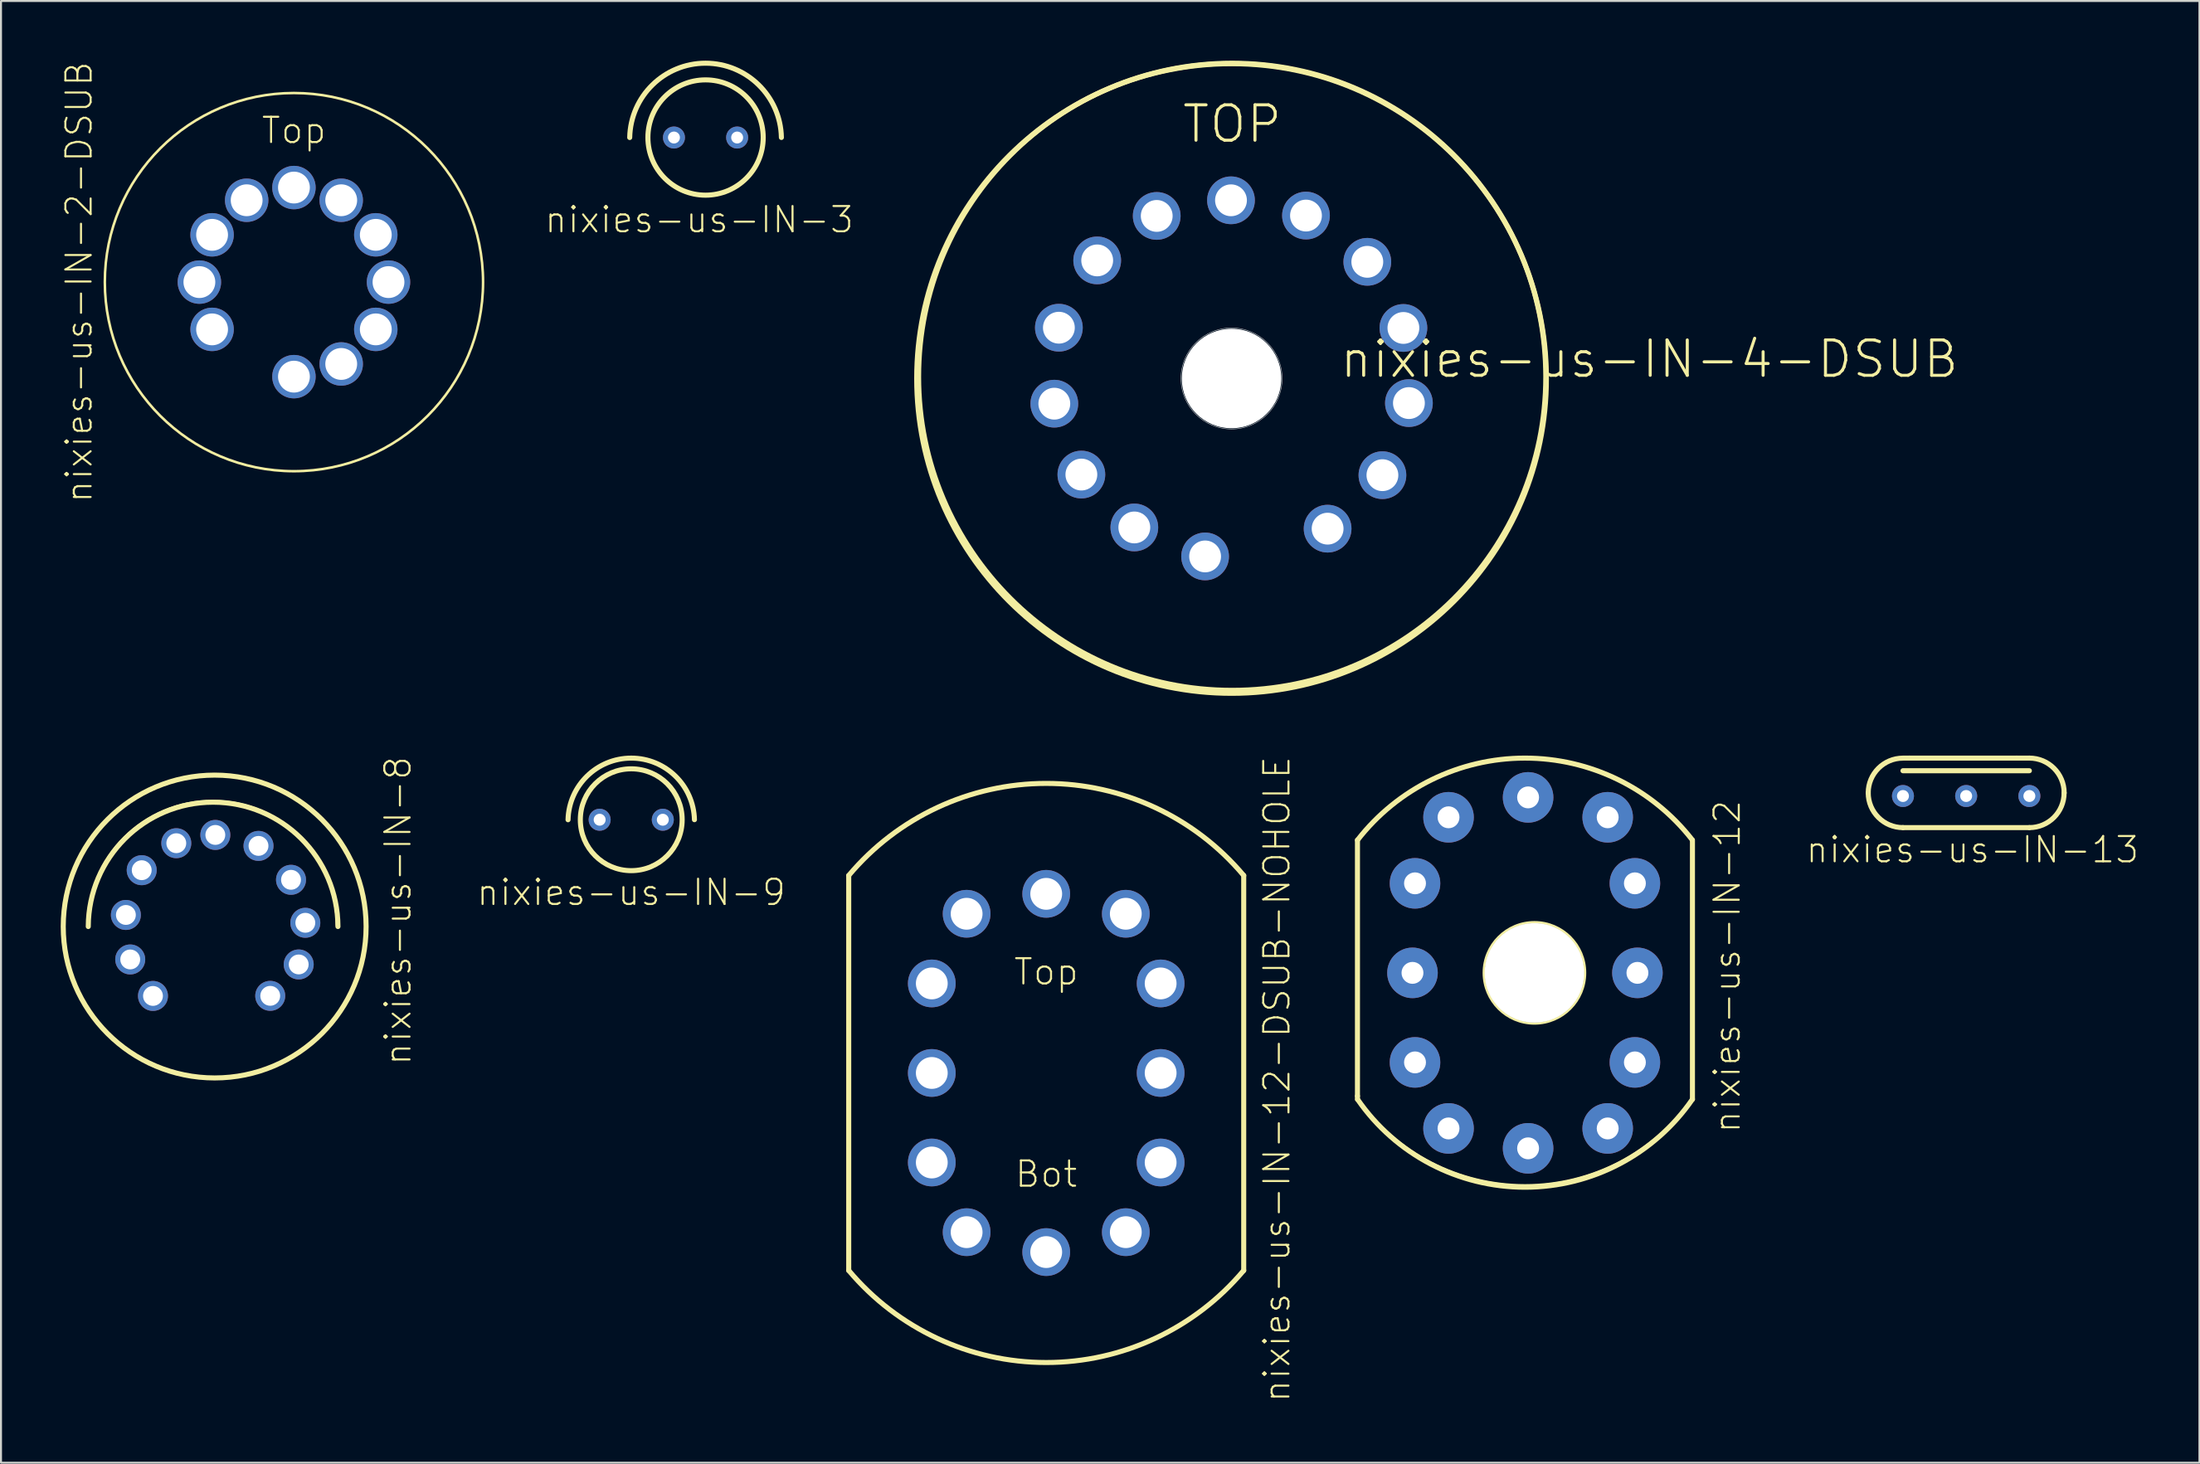
<source format=kicad_pcb>
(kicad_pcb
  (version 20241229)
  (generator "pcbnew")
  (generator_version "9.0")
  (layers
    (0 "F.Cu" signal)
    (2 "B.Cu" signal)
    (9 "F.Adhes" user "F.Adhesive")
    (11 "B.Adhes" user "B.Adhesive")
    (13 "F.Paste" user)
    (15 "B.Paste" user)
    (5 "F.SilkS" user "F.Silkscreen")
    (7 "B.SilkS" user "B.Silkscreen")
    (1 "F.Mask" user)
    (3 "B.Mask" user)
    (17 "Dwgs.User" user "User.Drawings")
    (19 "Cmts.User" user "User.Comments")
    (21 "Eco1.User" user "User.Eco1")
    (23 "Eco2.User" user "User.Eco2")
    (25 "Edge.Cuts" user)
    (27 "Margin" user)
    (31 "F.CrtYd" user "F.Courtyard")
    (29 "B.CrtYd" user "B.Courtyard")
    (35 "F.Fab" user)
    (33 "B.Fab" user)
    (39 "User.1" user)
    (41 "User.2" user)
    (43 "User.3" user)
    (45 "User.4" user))
  (footprint "nixies-us-IN-12"
    (layer "F.Cu")
    (at 74.031 45.827)
    (property "Reference" "nixies-us-IN-12" (at 9.682 -0.318 90) (layer "F.SilkS") (effects (font (size 1.27 1.27) (thickness 0.102))))
    (attr exclude_from_pos_files exclude_from_bom)
    (fp_line (start -8.89 6.19) (end -8.89 -6.668) (stroke (width 0.254) (type solid)) (layer "F.SilkS"))
    (fp_line (start -8.89 6.19) (end -8.89 6.35) (stroke (width 0.254) (type solid)) (layer "F.SilkS"))
    (fp_line (start 7.938 -6.668) (end 7.938 6.35) (stroke (width 0.254) (type solid)) (layer "F.SilkS"))
    (fp_arc (start -8.89 -6.6675) (mid -0.483925 -10.789801) (end 7.929063 -6.681627) (stroke (width 0.254) (type solid)) (layer "F.SilkS"))
    (fp_arc (start -8.89 -6.6675) (mid -0.483112 -10.757563) (end 7.929982 -6.680281) (stroke (width 0.127) (type solid)) (layer "F.SilkS"))
    (fp_arc (start 7.9375 6.35) (mid -0.475414 10.677846) (end -8.887964 6.349294) (stroke (width 0.127) (type solid)) (layer "F.SilkS"))
    (fp_arc (start 7.9375 6.35) (mid -0.469135 10.76972) (end -8.880822 6.359623) (stroke (width 0.254) (type solid)) (layer "F.SilkS"))
    (fp_circle (center 0 0) (end 0 -2.54) (stroke (width 0.127) (type solid)) (fill no) (layer "F.SilkS"))
    (pad "" np_thru_hole circle (at 0 0) (size 4.999 4.999) (drill 4.999) (layers "*.Cu" "*.Mask"))
    (pad "0" thru_hole circle (at 5.047 4.498) (size 2.54 2.54) (drill 1.1) (layers "*.Cu" "*.Mask"))
    (pad "1" thru_hole circle (at -4.315 7.816) (size 2.54 2.54) (drill 1.1) (layers "*.Cu" "*.Mask"))
    (pad "2" thru_hole circle (at -5.999 4.498) (size 2.54 2.54) (drill 1.1) (layers "*.Cu" "*.Mask"))
    (pad "3" thru_hole circle (at -6.126 0) (size 2.54 2.54) (drill 1.1) (layers "*.Cu" "*.Mask"))
    (pad "4" thru_hole circle (at -5.999 -4.498) (size 2.54 2.54) (drill 1.1) (layers "*.Cu" "*.Mask"))
    (pad "5" thru_hole circle (at -4.315 -7.816) (size 2.54 2.54) (drill 1.1) (layers "*.Cu" "*.Mask"))
    (pad "6" thru_hole circle (at -0.318 -8.816) (size 2.54 2.54) (drill 1.1) (layers "*.Cu" "*.Mask"))
    (pad "7" thru_hole circle (at 3.68 -7.816) (size 2.54 2.54) (drill 1.1) (layers "*.Cu" "*.Mask"))
    (pad "8" thru_hole circle (at 5.047 -4.498) (size 2.54 2.54) (drill 1.1) (layers "*.Cu" "*.Mask"))
    (pad "9" thru_hole circle (at 5.174 0) (size 2.54 2.54) (drill 1.1) (layers "*.Cu" "*.Mask"))
    (pad "A" thru_hole circle (at 3.68 7.816) (size 2.54 2.54) (drill 1.1) (layers "*.Cu" "*.Mask"))
    (pad "LHDP" thru_hole circle (at -0.318 8.816) (size 2.54 2.54) (drill 1.1) (layers "*.Cu" "*.Mask")))
  (footprint "nixies-us-IN-4-DSUB"
    (layer "F.Cu")
    (at 58.849 15.88)
    (property "Reference" "nixies-us-IN-4-DSUB" (at 20.955 -0.889 0) (layer "F.SilkS") (effects (font (size 1.778 1.778) (thickness 0.152))))
    (attr exclude_from_pos_files exclude_from_bom)
    (fp_circle (center 0 0) (end 0 -2.54) (stroke (width 0.025) (type solid)) (fill no) (layer "F.Mask"))
    (fp_circle (center 0 0) (end 0 -1.27) (stroke (width 2.54) (type solid)) (fill no) (layer "F.Mask"))
    (fp_circle (center 0 0) (end 0 -1.27) (stroke (width 2.54) (type solid)) (fill no) (layer "B.Mask"))
    (fp_circle (center -0.033 0.086) (end -0.033 -15.73) (stroke (width 0.254) (type solid)) (fill no) (layer "F.SilkS"))
    (fp_circle (center 0 0) (end 0 -15.753) (stroke (width 0.254) (type solid)) (fill no) (layer "F.SilkS"))
    (fp_circle (center -0.033 0.086) (end -0.033 -2.454) (stroke (width 0.025) (type solid)) (fill no) (layer "Dwgs.User"))
    (fp_text user "TOP" (at 0 -12.7 0) (layer "F.SilkS") (effects (font (size 1.778 1.778) (thickness 0.152))))
    (pad "" np_thru_hole circle (at -0.033 0.086) (size 4.999 4.999) (drill 4.999) (layers "*.Cu" "*.Mask"))
    (pad "0" thru_hole circle (at -3.792 -8.082) (size 2.398 2.398) (drill 1.598) (layers "*.Cu" "*.Mask"))
    (pad "1" thru_hole circle (at -1.361 9.025) (size 2.398 2.398) (drill 1.598) (layers "*.Cu" "*.Mask"))
    (pad "2" thru_hole circle (at -6.782 -5.847) (size 2.398 2.398) (drill 1.598) (layers "*.Cu" "*.Mask"))
    (pad "3" thru_hole circle (at -8.936 1.351) (size 2.398 2.398) (drill 1.598) (layers "*.Cu" "*.Mask"))
    (pad "4" thru_hole circle (at 4.793 7.63) (size 2.398 2.398) (drill 1.598) (layers "*.Cu" "*.Mask"))
    (pad "5" thru_hole circle (at -7.577 4.912) (size 2.398 2.398) (drill 1.598) (layers "*.Cu" "*.Mask"))
    (pad "6" thru_hole circle (at 7.546 4.943) (size 2.398 2.398) (drill 1.598) (layers "*.Cu" "*.Mask"))
    (pad "7" thru_hole circle (at 3.706 -8.1) (size 2.398 2.398) (drill 1.598) (layers "*.Cu" "*.Mask"))
    (pad "8" thru_hole circle (at 8.877 1.321) (size 2.398 2.398) (drill 1.598) (layers "*.Cu" "*.Mask"))
    (pad "9" thru_hole circle (at 6.787 -5.776) (size 2.398 2.398) (drill 1.598) (layers "*.Cu" "*.Mask"))
    (pad "A1" thru_hole circle (at -4.917 7.569) (size 2.398 2.398) (drill 1.598) (layers "*.Cu" "*.Mask"))
    (pad "A2" thru_hole circle (at -8.707 -2.466) (size 2.398 2.398) (drill 1.598) (layers "*.Cu" "*.Mask"))
    (pad "A3" thru_hole circle (at 8.6 -2.454) (size 2.398 2.398) (drill 1.598) (layers "*.Cu" "*.Mask"))
    (pad "N/C" thru_hole circle (at -0.061 -8.867) (size 2.398 2.398) (drill 1.598) (layers "*.Cu" "*.Mask")))
  (footprint "nixies-us-IN-9"
    (layer "F.Cu")
    (at 28.66 38.134)
    (property "Reference" "nixies-us-IN-9" (at 0 3.65 0) (layer "F.SilkS") (effects (font (size 1.27 1.27) (thickness 0.102))))
    (attr exclude_from_pos_files exclude_from_bom)
    (fp_arc (start -3.175 0) (mid -0.001627 -3.097236) (end 3.174918 -0.003253) (stroke (width 0.254) (type solid)) (layer "F.SilkS"))
    (fp_circle (center 0 0) (end 0 -2.558) (stroke (width 0.254) (type solid)) (fill no) (layer "F.SilkS"))
    (pad "A" thru_hole circle (at -1.587 0) (size 1.107 1.107) (drill 0.599) (layers "*.Cu" "*.Mask"))
    (pad "K" thru_hole circle (at 1.585 0) (size 1.107 1.107) (drill 0.599) (layers "*.Cu" "*.Mask")))
  (footprint "nixies-us-IN-2-DSUB"
    (layer "F.Cu")
    (at 11.716 11.123)
    (property "Reference" "nixies-us-IN-2-DSUB" (at -10.795 0 270) (layer "F.SilkS") (effects (font (size 1.27 1.27) (thickness 0.102))))
    (attr exclude_from_pos_files exclude_from_bom)
    (fp_circle (center 0 0) (end 0 -9.5) (stroke (width 0.127) (type solid)) (fill no) (layer "F.SilkS"))
    (fp_text user "Top" (at 0 -7.62 0) (layer "F.SilkS") (effects (font (size 1.27 1.27) (thickness 0.102))))
    (pad "0" thru_hole circle (at -4.75 0) (size 2.182 2.182) (drill 1.598) (layers "*.Cu" "*.Mask"))
    (pad "1" thru_hole circle (at 0 4.75) (size 2.182 2.182) (drill 1.598) (layers "*.Cu" "*.Mask"))
    (pad "2" thru_hole circle (at 2.375 4.112) (size 2.182 2.182) (drill 1.598) (layers "*.Cu" "*.Mask"))
    (pad "3" thru_hole circle (at 4.112 2.375) (size 2.182 2.182) (drill 1.598) (layers "*.Cu" "*.Mask"))
    (pad "4" thru_hole circle (at 4.75 0) (size 2.182 2.182) (drill 1.598) (layers "*.Cu" "*.Mask"))
    (pad "5" thru_hole circle (at 4.112 -2.375) (size 2.182 2.182) (drill 1.598) (layers "*.Cu" "*.Mask"))
    (pad "6" thru_hole circle (at 2.375 -4.112) (size 2.182 2.182) (drill 1.598) (layers "*.Cu" "*.Mask"))
    (pad "7" thru_hole circle (at 0 -4.75) (size 2.182 2.182) (drill 1.598) (layers "*.Cu" "*.Mask"))
    (pad "8" thru_hole circle (at -2.375 -4.112) (size 2.182 2.182) (drill 1.598) (layers "*.Cu" "*.Mask"))
    (pad "9" thru_hole circle (at -4.112 -2.375) (size 2.182 2.182) (drill 1.598) (layers "*.Cu" "*.Mask"))
    (pad "A" thru_hole circle (at -4.112 2.375) (size 2.182 2.182) (drill 1.598) (layers "*.Cu" "*.Mask")))
  (footprint "nixies-us-IN-13"
    (layer "F.Cu")
    (at 92.544 36.942)
    (property "Reference" "nixies-us-IN-13" (at 3.493 2.697 0) (layer "F.SilkS") (effects (font (size 1.27 1.27) (thickness 0.102))))
    (attr exclude_from_pos_files exclude_from_bom)
    (fp_line (start 0 -1.27) (end 6.35 -1.27) (stroke (width 0.254) (type solid)) (layer "F.SilkS"))
    (fp_line (start 0 1.587) (end 6.35 1.587) (stroke (width 0.254) (type solid)) (layer "F.SilkS"))
    (fp_line (start 0.318 -1.905) (end 0 -1.905) (stroke (width 0.127) (type solid)) (layer "F.SilkS"))
    (fp_line (start 0.318 -1.905) (end 0 -1.905) (stroke (width 0.254) (type solid)) (layer "F.SilkS"))
    (fp_line (start 5.715 -1.905) (end 0.318 -1.905) (stroke (width 0.254) (type solid)) (layer "F.SilkS"))
    (fp_line (start 6.35 -1.905) (end 5.715 -1.905) (stroke (width 0.127) (type solid)) (layer "F.SilkS"))
    (fp_line (start 6.35 -1.905) (end 5.715 -1.905) (stroke (width 0.254) (type solid)) (layer "F.SilkS"))
    (fp_arc (start -1.74498 -0.15748) (mid -1.233887 -1.391367) (end 0 -1.90246) (stroke (width 0.254) (type solid)) (layer "F.SilkS"))
    (fp_arc (start 0 1.5875) (mid -1.233887 1.076407) (end -1.74498 -0.15748) (stroke (width 0.254) (type solid)) (layer "F.SilkS"))
    (fp_arc (start 0 1.5875) (mid -1.74498 -0.15748) (end 0 -1.90246) (stroke (width 0.127) (type solid)) (layer "F.SilkS"))
    (fp_arc (start 6.35 -1.905) (mid 8.09752 -0.15748) (end 6.35 1.59004) (stroke (width 0.127) (type solid)) (layer "F.SilkS"))
    (fp_arc (start 6.35 -1.905) (mid 7.585683 -1.393163) (end 8.09752 -0.15748) (stroke (width 0.254) (type solid)) (layer "F.SilkS"))
    (fp_arc (start 8.09498 -0.15748) (mid 7.583887 1.076407) (end 6.35 1.5875) (stroke (width 0.254) (type solid)) (layer "F.SilkS"))
    (pad "A" thru_hole circle (at 0 0) (size 1.107 1.107) (drill 0.599) (layers "*.Cu" "*.Mask"))
    (pad "K" thru_hole circle (at 3.175 0) (size 1.107 1.107) (drill 0.599) (layers "*.Cu" "*.Mask"))
    (pad "K2" thru_hole circle (at 6.35 0) (size 1.107 1.107) (drill 0.599) (layers "*.Cu" "*.Mask")))
  (footprint "nixies-us-IN-8"
    (layer "F.Cu")
    (at 7.734 43.499)
    (property "Reference" "nixies-us-IN-8" (at 9.207 -0.792 90) (layer "F.SilkS") (effects (font (size 1.27 1.27) (thickness 0.102))))
    (attr exclude_from_pos_files exclude_from_bom)
    (fp_arc (start -6.35762 -0.08636) (mid -0.094355 -6.319533) (end 6.144282 -0.06171) (stroke (width 0.127) (type solid)) (layer "F.SilkS"))
    (fp_arc (start -6.35 0) (mid -0.07874 -6.27126) (end 6.19252 0) (stroke (width 0.254) (type solid)) (layer "F.SilkS"))
    (fp_circle (center 0 0) (end 0 -7.62) (stroke (width 0.127) (type solid)) (fill no) (layer "F.SilkS"))
    (fp_circle (center 0 0) (end 0 -7.607) (stroke (width 0.254) (type solid)) (fill no) (layer "F.SilkS"))
    (pad "0" thru_hole circle (at -4.242 1.654) (size 1.506 1.506) (drill 0.998) (layers "*.Cu" "*.Mask"))
    (pad "1" thru_hole circle (at 2.791 3.482) (size 1.506 1.506) (drill 0.998) (layers "*.Cu" "*.Mask"))
    (pad "2" thru_hole circle (at 4.221 1.905) (size 1.506 1.506) (drill 0.998) (layers "*.Cu" "*.Mask"))
    (pad "3" thru_hole circle (at 4.554 -0.188) (size 1.506 1.506) (drill 0.998) (layers "*.Cu" "*.Mask"))
    (pad "4" thru_hole circle (at 3.835 -2.347) (size 1.506 1.506) (drill 0.998) (layers "*.Cu" "*.Mask"))
    (pad "5" thru_hole circle (at 2.202 -4.051) (size 1.506 1.506) (drill 0.998) (layers "*.Cu" "*.Mask"))
    (pad "6" thru_hole circle (at 0.033 -4.602) (size 1.506 1.506) (drill 0.998) (layers "*.Cu" "*.Mask"))
    (pad "7" thru_hole circle (at -1.928 -4.186) (size 1.506 1.506) (drill 0.998) (layers "*.Cu" "*.Mask"))
    (pad "8" thru_hole circle (at -3.665 -2.83) (size 1.506 1.506) (drill 0.998) (layers "*.Cu" "*.Mask"))
    (pad "9" thru_hole circle (at -4.46 -0.582) (size 1.506 1.506) (drill 0.998) (layers "*.Cu" "*.Mask"))
    (pad "A" thru_hole circle (at -3.099 3.487) (size 1.506 1.506) (drill 0.998) (layers "*.Cu" "*.Mask")))
  (footprint "nixies-us-IN-3"
    (layer "F.Cu")
    (at 32.393 3.859)
    (property "Reference" "nixies-us-IN-3" (at -0.318 4.128 0) (layer "F.SilkS") (effects (font (size 1.27 1.27) (thickness 0.102))))
    (attr exclude_from_pos_files exclude_from_bom)
    (fp_arc (start -3.81 0) (mid -0.001068 -3.732073) (end 3.809955 -0.002135) (stroke (width 0.254) (type solid)) (layer "F.SilkS"))
    (fp_circle (center 0 0) (end 0 -2.896) (stroke (width 0.254) (type solid)) (fill no) (layer "F.SilkS"))
    (pad "A" thru_hole circle (at -1.587 0) (size 1.107 1.107) (drill 0.599) (layers "*.Cu" "*.Mask"))
    (pad "K" thru_hole circle (at 1.587 0) (size 1.107 1.107) (drill 0.599) (layers "*.Cu" "*.Mask")))
  (footprint "nixies-us-IN-12-DSUB-NOHOLE"
    (layer "F.Cu")
    (at 49.506 50.856)
    (property "Reference" "nixies-us-IN-12-DSUB-NOHOLE" (at 11.587 0.318 90) (layer "F.SilkS") (effects (font (size 1.27 1.27) (thickness 0.102))))
    (attr exclude_from_pos_files exclude_from_bom)
    (fp_line (start -9.921 9.921) (end -9.921 -9.921) (stroke (width 0.254) (type solid)) (layer "F.SilkS"))
    (fp_line (start 9.921 -9.921) (end 9.921 9.921) (stroke (width 0.254) (type solid)) (layer "F.SilkS"))
    (fp_arc (start -9.92124 -9.92124) (mid 0.000928 -14.547158) (end 9.922433 -9.919819) (stroke (width 0.254) (type solid)) (layer "F.SilkS"))
    (fp_arc (start 9.92124 9.92124) (mid -0.000928 14.547158) (end -9.922433 9.919819) (stroke (width 0.254) (type solid)) (layer "F.SilkS"))
    (fp_text user "Bot" (at 0 5.08 0) (layer "F.SilkS") (effects (font (size 1.27 1.27) (thickness 0.102))))
    (fp_text user "Top" (at 0 -5.08 0) (layer "F.SilkS") (effects (font (size 1.27 1.27) (thickness 0.102))))
    (pad "0" thru_hole circle (at 5.748 4.498) (size 2.398 2.398) (drill 1.598) (layers "*.Cu" "*.Mask"))
    (pad "1" thru_hole circle (at -3.998 7.998) (size 2.398 2.398) (drill 1.598) (layers "*.Cu" "*.Mask"))
    (pad "2" thru_hole circle (at -5.748 4.498) (size 2.398 2.398) (drill 1.598) (layers "*.Cu" "*.Mask"))
    (pad "3" thru_hole circle (at -5.748 0) (size 2.398 2.398) (drill 1.598) (layers "*.Cu" "*.Mask"))
    (pad "4" thru_hole circle (at -5.748 -4.498) (size 2.398 2.398) (drill 1.598) (layers "*.Cu" "*.Mask"))
    (pad "5" thru_hole circle (at -3.998 -7.998) (size 2.398 2.398) (drill 1.598) (layers "*.Cu" "*.Mask"))
    (pad "6" thru_hole circle (at 0 -8.999) (size 2.398 2.398) (drill 1.598) (layers "*.Cu" "*.Mask"))
    (pad "7" thru_hole circle (at 3.998 -7.998) (size 2.398 2.398) (drill 1.598) (layers "*.Cu" "*.Mask"))
    (pad "8" thru_hole circle (at 5.748 -4.498) (size 2.398 2.398) (drill 1.598) (layers "*.Cu" "*.Mask"))
    (pad "9" thru_hole circle (at 5.748 0) (size 2.398 2.398) (drill 1.598) (layers "*.Cu" "*.Mask"))
    (pad "A" thru_hole circle (at 3.998 7.998) (size 2.398 2.398) (drill 1.598) (layers "*.Cu" "*.Mask"))
    (pad "LHDP" thru_hole circle (at 0 8.999) (size 2.398 2.398) (drill 1.598) (layers "*.Cu" "*.Mask")))
  (gr_rect
    (start -3 -3)
    (end 107.438 70.437)
    (stroke (width 0.1) (type default))
    (fill no)
    (layer "Edge.Cuts")))
</source>
